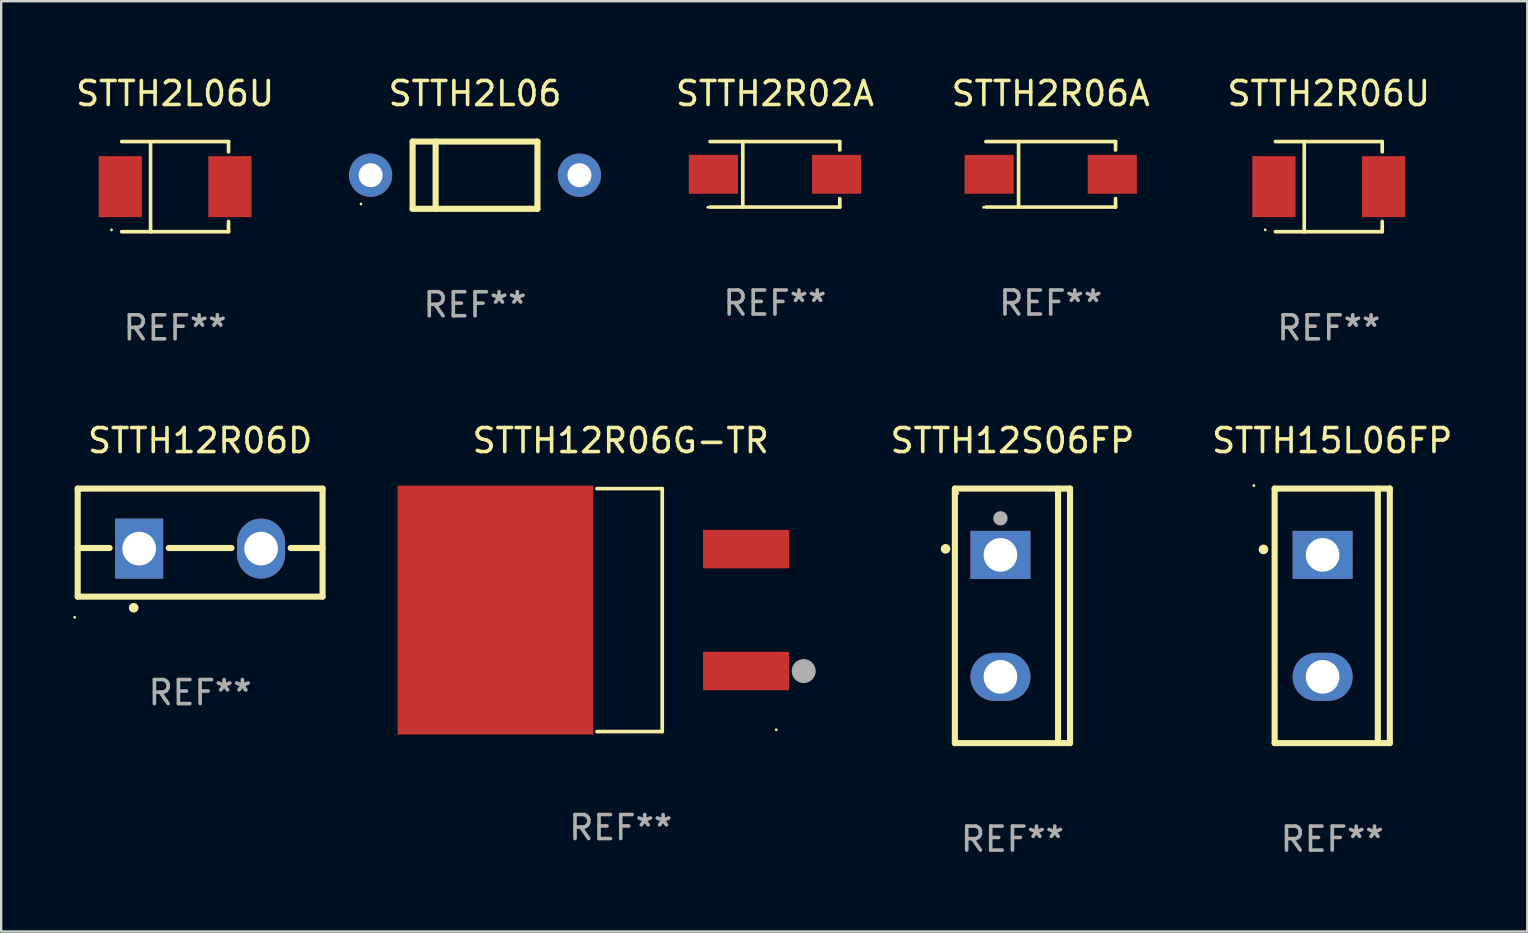
<source format=kicad_pcb>
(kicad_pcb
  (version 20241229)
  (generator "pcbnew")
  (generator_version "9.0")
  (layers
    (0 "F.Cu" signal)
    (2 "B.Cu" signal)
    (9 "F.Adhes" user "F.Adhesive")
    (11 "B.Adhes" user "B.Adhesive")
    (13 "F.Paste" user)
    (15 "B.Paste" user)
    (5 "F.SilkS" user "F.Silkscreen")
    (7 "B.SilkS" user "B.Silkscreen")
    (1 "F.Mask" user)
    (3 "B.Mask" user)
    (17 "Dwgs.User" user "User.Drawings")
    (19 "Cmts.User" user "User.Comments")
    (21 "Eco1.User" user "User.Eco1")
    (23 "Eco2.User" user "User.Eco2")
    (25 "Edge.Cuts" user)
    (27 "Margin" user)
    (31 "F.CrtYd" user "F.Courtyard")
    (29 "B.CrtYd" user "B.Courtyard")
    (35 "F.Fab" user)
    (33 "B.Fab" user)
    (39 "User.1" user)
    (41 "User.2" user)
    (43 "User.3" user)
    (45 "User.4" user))
  (footprint "STTH2R06A"
    (layer "F.Cu")
    (at 40.72 4.212)
    (property "Reference" "STTH2R06A" (at 0 -3.364 0) (layer "F.SilkS") (effects (font (size 1 1) (thickness 0.15))))
    (attr through_hole)
    (fp_line (start -2.701 -1.364) (end 2.701 -1.364) (stroke (width 0.152) (type solid)) (layer "F.SilkS"))
    (fp_line (start -2.701 1.364) (end 2.701 1.364) (stroke (width 0.152) (type solid)) (layer "F.SilkS"))
    (fp_line (start -1.339 -1.364) (end -1.339 1.364) (stroke (width 0.152) (type solid)) (layer "F.SilkS"))
    (fp_line (start 2.701 -1.364) (end 2.701 -1.013) (stroke (width 0.152) (type solid)) (layer "F.SilkS"))
    (fp_line (start 2.701 1.364) (end 2.701 1.013) (stroke (width 0.152) (type solid)) (layer "F.SilkS"))
    (fp_circle (center -2.8 1.375) (end -2.77 1.375) (stroke (width 0.06) (type solid)) (fill no) (layer "F.SilkS"))
    (fp_text user "REF**" (at 0 5.364 0) (layer "F.Fab") (effects (font (size 1 1) (thickness 0.15))))
    (pad "1" smd rect (at -2.565 -0.000025) (size 2.046 1.62) (layers "F.Cu" "F.Mask" "F.Paste"))
    (pad "2" smd rect (at 2.565 -0.000025) (size 2.046 1.62) (layers "F.Cu" "F.Mask" "F.Paste")))
  (footprint "STTH12R06D"
    (layer "F.Cu")
    (at 5.287 19.554)
    (property "Reference" "STTH12R06D" (at 0 -4.25 0) (layer "F.SilkS") (effects (font (size 1 1) (thickness 0.15))))
    (attr through_hole)
    (fp_line (start -5.1 -2.25) (end -5.1 2.25) (stroke (width 0.254) (type solid)) (layer "F.SilkS"))
    (fp_line (start -5.1 0.224) (end -3.772 0.224) (stroke (width 0.254) (type solid)) (layer "F.SilkS"))
    (fp_line (start -5.1 2.25) (end 5.1 2.25) (stroke (width 0.254) (type solid)) (layer "F.SilkS"))
    (fp_line (start -1.308 0.224) (end 1.309 0.224) (stroke (width 0.254) (type solid)) (layer "F.SilkS"))
    (fp_line (start 3.771 0.224) (end 5.1 0.224) (stroke (width 0.254) (type solid)) (layer "F.SilkS"))
    (fp_line (start 5.1 -2.25) (end -5.1 -2.25) (stroke (width 0.254) (type solid)) (layer "F.SilkS"))
    (fp_line (start 5.1 -2.25) (end 5.1 2.25) (stroke (width 0.254) (type solid)) (layer "F.SilkS"))
    (fp_arc (start -2.768606 2.713805) (mid -2.767336 2.713801) (end -2.766066 2.713805) (stroke (width 0.4) (type solid)) (layer "F.SilkS"))
    (fp_circle (center -5.227 3.114) (end -5.197 3.114) (stroke (width 0.06) (type solid)) (fill no) (layer "F.SilkS"))
    (fp_text user "REF**" (at 0 6.25 0) (layer "F.Fab") (effects (font (size 1 1) (thickness 0.15))))
    (pad "1" thru_hole rect (at -2.54 0.25) (size 2 2.5) (drill 1.4) (layers "*.Cu" "*.Mask"))
    (pad "3" thru_hole oval (at 2.54 0.25) (size 2 2.5) (drill 1.4) (layers "*.Cu" "*.Mask")))
  (footprint "STTH2L06"
    (layer "F.Cu")
    (at 16.738 4.248)
    (property "Reference" "STTH2L06" (at 0 -3.4 0) (layer "F.SilkS") (effects (font (size 1 1) (thickness 0.15))))
    (attr through_hole)
    (fp_line (start -2.6 -1.4) (end -2.6 1.4) (stroke (width 0.254) (type solid)) (layer "F.SilkS"))
    (fp_line (start -2.6 -1.4) (end 2.6 -1.4) (stroke (width 0.254) (type solid)) (layer "F.SilkS"))
    (fp_line (start -2.6 1.4) (end 2.6 1.4) (stroke (width 0.254) (type solid)) (layer "F.SilkS"))
    (fp_line (start -1.641 -1.4) (end -1.641 1.4) (stroke (width 0.254) (type solid)) (layer "F.SilkS"))
    (fp_line (start 2.6 -1.4) (end 2.6 1.4) (stroke (width 0.254) (type solid)) (layer "F.SilkS"))
    (fp_circle (center -4.75 1.2) (end -4.72 1.2) (stroke (width 0.06) (type solid)) (fill no) (layer "F.SilkS"))
    (fp_text user "REF**" (at 0 5.4 0) (layer "F.Fab") (effects (font (size 1 1) (thickness 0.15))))
    (pad "1" thru_hole circle (at -4.35 0) (size 1.8 1.8) (drill 1) (layers "*.Cu" "*.Mask"))
    (pad "2" thru_hole circle (at 4.35 0) (size 1.8 1.8) (drill 1) (layers "*.Cu" "*.Mask")))
  (footprint "STTH12R06G-TR"
    (layer "F.Cu")
    (at 22.809 22.365)
    (property "Reference" "STTH12R06G-TR" (at 0 -7.061 0) (layer "F.SilkS") (effects (font (size 1 1) (thickness 0.15))))
    (attr through_hole)
    (fp_line (start -0.991 -5.061) (end 1.728 -5.061) (stroke (width 0.152) (type solid)) (layer "F.SilkS"))
    (fp_line (start -0.991 5.061) (end 1.728 5.061) (stroke (width 0.152) (type solid)) (layer "F.SilkS"))
    (fp_line (start 1.728 5.061) (end 1.728 -5.061) (stroke (width 0.152) (type solid)) (layer "F.SilkS"))
    (fp_circle (center 6.477 4.985) (end 6.507 4.985) (stroke (width 0.06) (type solid)) (fill no) (layer "F.SilkS"))
    (fp_circle (center 7.62 2.54) (end 7.87 2.54) (stroke (width 0.5) (type solid)) (fill no) (layer "F.Fab"))
    (fp_text user "REF**" (at 0 9.061 0) (layer "F.Fab") (effects (font (size 1 1) (thickness 0.15))))
    (pad "1" smd rect (at 5.219 2.54) (size 3.581 1.6) (layers "F.Cu" "F.Mask" "F.Paste"))
    (pad "3" smd rect (at 5.219 -2.54) (size 3.581 1.6) (layers "F.Cu" "F.Mask" "F.Paste"))
    (pad "4" smd rect (at -5.219 0) (size 8.153 10.369) (layers "F.Cu" "F.Mask" "F.Paste")))
  (footprint "STTH2R06U"
    (layer "F.Cu")
    (at 52.304 4.728)
    (property "Reference" "STTH2R06U" (at 0 -3.88 0) (layer "F.SilkS") (effects (font (size 1 1) (thickness 0.15))))
    (attr through_hole)
    (fp_line (start -2.226 -1.88) (end 2.226 -1.88) (stroke (width 0.152) (type solid)) (layer "F.SilkS"))
    (fp_line (start -2.226 1.873) (end 2.226 1.873) (stroke (width 0.152) (type solid)) (layer "F.SilkS"))
    (fp_line (start -1.022 -1.873) (end -1.022 1.88) (stroke (width 0.152) (type solid)) (layer "F.SilkS"))
    (fp_line (start 2.226 -1.88) (end 2.226 -1.453) (stroke (width 0.152) (type solid)) (layer "F.SilkS"))
    (fp_line (start 2.226 1.447) (end 2.226 1.873) (stroke (width 0.152) (type solid)) (layer "F.SilkS"))
    (fp_circle (center -2.65 1.797) (end -2.62 1.797) (stroke (width 0.06) (type solid)) (fill no) (layer "F.SilkS"))
    (fp_text user "REF**" (at 0 5.88 0) (layer "F.Fab") (effects (font (size 1 1) (thickness 0.15))))
    (pad "1" smd rect (at -2.285 -0.003) (size 1.8 2.54) (layers "F.Cu" "F.Mask" "F.Paste"))
    (pad "2" smd rect (at 2.285 -0.003) (size 1.8 2.54) (layers "F.Cu" "F.Mask" "F.Paste")))
  (footprint "STTH2R02A"
    (layer "F.Cu")
    (at 29.232 4.212)
    (property "Reference" "STTH2R02A" (at 0 -3.364 0) (layer "F.SilkS") (effects (font (size 1 1) (thickness 0.15))))
    (attr through_hole)
    (fp_line (start -2.701 -1.364) (end 2.701 -1.364) (stroke (width 0.152) (type solid)) (layer "F.SilkS"))
    (fp_line (start -2.701 1.364) (end 2.701 1.364) (stroke (width 0.152) (type solid)) (layer "F.SilkS"))
    (fp_line (start -1.339 -1.364) (end -1.339 1.364) (stroke (width 0.152) (type solid)) (layer "F.SilkS"))
    (fp_line (start 2.701 -1.364) (end 2.701 -1.013) (stroke (width 0.152) (type solid)) (layer "F.SilkS"))
    (fp_line (start 2.701 1.364) (end 2.701 1.013) (stroke (width 0.152) (type solid)) (layer "F.SilkS"))
    (fp_circle (center -2.8 1.375) (end -2.77 1.375) (stroke (width 0.06) (type solid)) (fill no) (layer "F.SilkS"))
    (fp_text user "REF**" (at 0 5.364 0) (layer "F.Fab") (effects (font (size 1 1) (thickness 0.15))))
    (pad "1" smd rect (at -2.565 -0.000025) (size 2.046 1.62) (layers "F.Cu" "F.Mask" "F.Paste"))
    (pad "2" smd rect (at 2.565 -0.000025) (size 2.046 1.62) (layers "F.Cu" "F.Mask" "F.Paste")))
  (footprint "STTH12S06FP"
    (layer "F.Cu")
    (at 39.126 22.605)
    (property "Reference" "STTH12S06FP" (at 0 -7.301 0) (layer "F.SilkS") (effects (font (size 1 1) (thickness 0.15))))
    (attr through_hole)
    (fp_line (start -2.399 -5.301) (end 2.394 -5.301) (stroke (width 0.254) (type solid)) (layer "F.SilkS"))
    (fp_line (start -2.399 5.301) (end -2.399 -5.301) (stroke (width 0.254) (type solid)) (layer "F.SilkS"))
    (fp_line (start 1.9 -5.061) (end 1.9 -5.3) (stroke (width 0.254) (type solid)) (layer "F.SilkS"))
    (fp_line (start 1.9 5.3) (end 1.9 -5.061) (stroke (width 0.254) (type solid)) (layer "F.SilkS"))
    (fp_line (start 2.394 -5.301) (end 2.399 -5.301) (stroke (width 0.254) (type solid)) (layer "F.SilkS"))
    (fp_line (start 2.399 -5.301) (end 2.399 5.301) (stroke (width 0.254) (type solid)) (layer "F.SilkS"))
    (fp_line (start 2.399 5.301) (end -2.399 5.301) (stroke (width 0.254) (type solid)) (layer "F.SilkS"))
    (fp_arc (start -2.786043 -2.791466) (mid -2.786047 -2.792736) (end -2.786043 -2.794006) (stroke (width 0.4) (type solid)) (layer "F.SilkS"))
    (fp_circle (center -2.275 -5.1) (end -2.245 -5.1) (stroke (width 0.06) (type solid)) (fill no) (layer "F.SilkS"))
    (fp_circle (center -0.5 -4.064) (end -0.35 -4.064) (stroke (width 0.3) (type solid)) (fill no) (layer "F.Fab"))
    (fp_text user "REF**" (at 0 9.301 0) (layer "F.Fab") (effects (font (size 1 1) (thickness 0.15))))
    (pad "1" thru_hole rect (at -0.5 -2.54 270) (size 2 2.5) (drill 1.4) (layers "*.Cu" "*.Mask"))
    (pad "3" thru_hole oval (at -0.5 2.54 270) (size 2 2.5) (drill 1.4) (layers "*.Cu" "*.Mask")))
  (footprint "STTH2L06U"
    (layer "F.Cu")
    (at 4.244 4.728)
    (property "Reference" "STTH2L06U" (at 0 -3.88 0) (layer "F.SilkS") (effects (font (size 1 1) (thickness 0.15))))
    (attr through_hole)
    (fp_line (start -2.226 -1.88) (end 2.226 -1.88) (stroke (width 0.152) (type solid)) (layer "F.SilkS"))
    (fp_line (start -2.226 1.873) (end 2.226 1.873) (stroke (width 0.152) (type solid)) (layer "F.SilkS"))
    (fp_line (start -1.022 -1.873) (end -1.022 1.88) (stroke (width 0.152) (type solid)) (layer "F.SilkS"))
    (fp_line (start 2.226 -1.88) (end 2.226 -1.453) (stroke (width 0.152) (type solid)) (layer "F.SilkS"))
    (fp_line (start 2.226 1.447) (end 2.226 1.873) (stroke (width 0.152) (type solid)) (layer "F.SilkS"))
    (fp_circle (center -2.65 1.797) (end -2.62 1.797) (stroke (width 0.06) (type solid)) (fill no) (layer "F.SilkS"))
    (fp_text user "REF**" (at 0 5.88 0) (layer "F.Fab") (effects (font (size 1 1) (thickness 0.15))))
    (pad "1" smd rect (at -2.285 -0.003) (size 1.8 2.54) (layers "F.Cu" "F.Mask" "F.Paste"))
    (pad "2" smd rect (at 2.285 -0.003) (size 1.8 2.54) (layers "F.Cu" "F.Mask" "F.Paste")))
  (footprint "STTH15L06FP"
    (layer "F.Cu")
    (at 52.447 22.605)
    (property "Reference" "STTH15L06FP" (at 0 -7.301 0) (layer "F.SilkS") (effects (font (size 1 1) (thickness 0.15))))
    (attr through_hole)
    (fp_line (start -2.399 -5.301) (end 2.394 -5.301) (stroke (width 0.254) (type solid)) (layer "F.SilkS"))
    (fp_line (start -2.399 5.301) (end -2.399 -5.301) (stroke (width 0.254) (type solid)) (layer "F.SilkS"))
    (fp_line (start 1.9 5.3) (end 1.9 -5.3) (stroke (width 0.254) (type solid)) (layer "F.SilkS"))
    (fp_line (start 2.394 -5.301) (end 2.399 -5.301) (stroke (width 0.254) (type solid)) (layer "F.SilkS"))
    (fp_line (start 2.399 -5.301) (end 2.399 5.301) (stroke (width 0.254) (type solid)) (layer "F.SilkS"))
    (fp_line (start 2.399 5.301) (end -2.399 5.301) (stroke (width 0.254) (type solid)) (layer "F.SilkS"))
    (fp_arc (start -2.863843 -2.766066) (mid -2.863847 -2.767336) (end -2.863843 -2.768606) (stroke (width 0.4) (type solid)) (layer "F.SilkS"))
    (fp_circle (center -3.264 -5.428) (end -3.234 -5.428) (stroke (width 0.06) (type solid)) (fill no) (layer "F.SilkS"))
    (fp_text user "REF**" (at 0 9.301 0) (layer "F.Fab") (effects (font (size 1 1) (thickness 0.15))))
    (pad "1" thru_hole rect (at -0.4 -2.54 270) (size 2 2.5) (drill 1.4) (layers "*.Cu" "*.Mask"))
    (pad "2" thru_hole oval (at -0.4 2.54 270) (size 2 2.5) (drill 1.4) (layers "*.Cu" "*.Mask")))
  (gr_rect
    (start -3 -3)
    (end 60.572 35.754)
    (stroke (width 0.1) (type default))
    (fill no)
    (layer "Edge.Cuts")))
</source>
